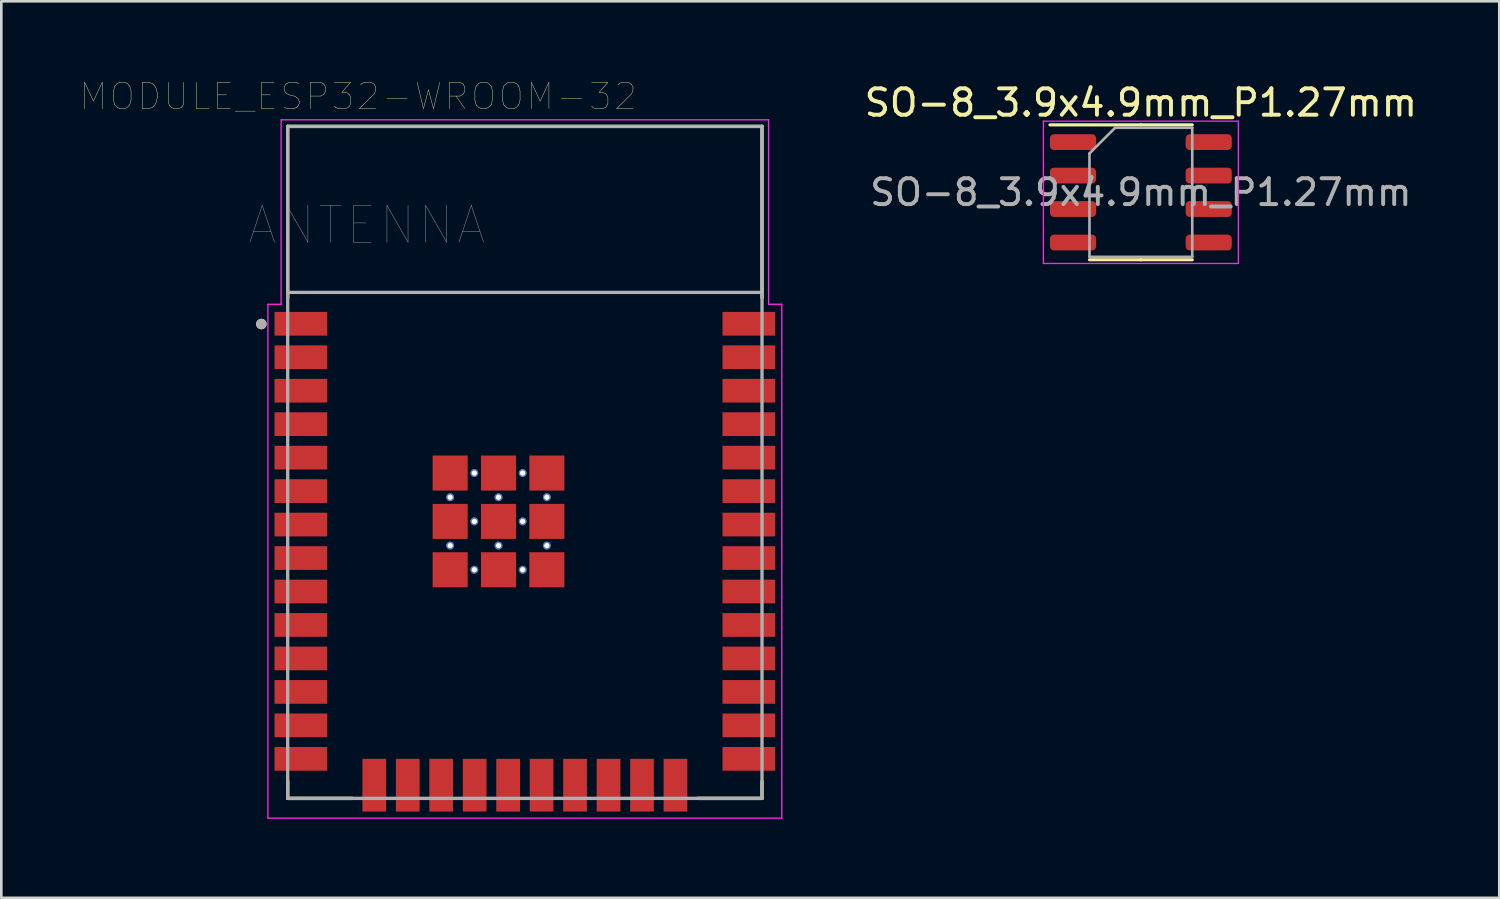
<source format=kicad_pcb>
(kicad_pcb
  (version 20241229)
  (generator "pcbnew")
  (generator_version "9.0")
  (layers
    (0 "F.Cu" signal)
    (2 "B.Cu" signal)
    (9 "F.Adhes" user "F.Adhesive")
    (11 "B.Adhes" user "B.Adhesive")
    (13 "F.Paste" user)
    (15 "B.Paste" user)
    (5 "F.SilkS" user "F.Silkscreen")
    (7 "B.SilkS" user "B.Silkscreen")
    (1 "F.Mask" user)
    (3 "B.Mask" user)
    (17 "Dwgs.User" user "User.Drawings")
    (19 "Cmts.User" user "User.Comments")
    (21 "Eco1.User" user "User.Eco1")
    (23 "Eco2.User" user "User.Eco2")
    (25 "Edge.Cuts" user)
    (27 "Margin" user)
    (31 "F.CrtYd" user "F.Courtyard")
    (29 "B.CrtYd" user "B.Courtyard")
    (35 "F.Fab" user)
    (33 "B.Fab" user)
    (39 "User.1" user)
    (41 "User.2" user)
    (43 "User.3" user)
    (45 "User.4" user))
  (footprint "SO-8_3.9x4.9mm_P1.27mm"
    (layer "F.Cu")
    (at 40.243 4.248)
    (property "Reference" "SO-8_3.9x4.9mm_P1.27mm" (at 0 -3.4 0) (layer "F.SilkS") (effects (font (size 1 1) (thickness 0.15))))
    (attr smd)
    (fp_line (start 0 -2.56) (end -3.45 -2.56) (stroke (width 0.12) (type solid)) (layer "F.SilkS"))
    (fp_line (start 0 -2.56) (end 1.95 -2.56) (stroke (width 0.12) (type solid)) (layer "F.SilkS"))
    (fp_line (start 0 2.56) (end -1.95 2.56) (stroke (width 0.12) (type solid)) (layer "F.SilkS"))
    (fp_line (start 0 2.56) (end 1.95 2.56) (stroke (width 0.12) (type solid)) (layer "F.SilkS"))
    (fp_line (start -3.7 -2.7) (end -3.7 2.7) (stroke (width 0.05) (type solid)) (layer "F.CrtYd"))
    (fp_line (start -3.7 2.7) (end 3.7 2.7) (stroke (width 0.05) (type solid)) (layer "F.CrtYd"))
    (fp_line (start 3.7 -2.7) (end -3.7 -2.7) (stroke (width 0.05) (type solid)) (layer "F.CrtYd"))
    (fp_line (start 3.7 2.7) (end 3.7 -2.7) (stroke (width 0.05) (type solid)) (layer "F.CrtYd"))
    (fp_line (start -1.95 -1.475) (end -0.975 -2.45) (stroke (width 0.1) (type solid)) (layer "F.Fab"))
    (fp_line (start -1.95 2.45) (end -1.95 -1.475) (stroke (width 0.1) (type solid)) (layer "F.Fab"))
    (fp_line (start -0.975 -2.45) (end 1.95 -2.45) (stroke (width 0.1) (type solid)) (layer "F.Fab"))
    (fp_line (start 1.95 -2.45) (end 1.95 2.45) (stroke (width 0.1) (type solid)) (layer "F.Fab"))
    (fp_line (start 1.95 2.45) (end -1.95 2.45) (stroke (width 0.1) (type solid)) (layer "F.Fab"))
    (fp_text user "${REFERENCE}" (at 0 0 0) (layer "F.Fab") (effects (font (size 0.98 0.98) (thickness 0.15))))
    (pad "1" smd roundrect (at -2.575 -1.905) (size 1.75 0.6) (layers "F.Cu" "F.Mask" "F.Paste") (roundrect_rratio 0.25))
    (pad "2" smd roundrect (at -2.575 -0.635) (size 1.75 0.6) (layers "F.Cu" "F.Mask" "F.Paste") (roundrect_rratio 0.25))
    (pad "3" smd roundrect (at -2.575 0.635) (size 1.75 0.6) (layers "F.Cu" "F.Mask" "F.Paste") (roundrect_rratio 0.25))
    (pad "4" smd roundrect (at -2.575 1.905) (size 1.75 0.6) (layers "F.Cu" "F.Mask" "F.Paste") (roundrect_rratio 0.25))
    (pad "5" smd roundrect (at 2.575 1.905) (size 1.75 0.6) (layers "F.Cu" "F.Mask" "F.Paste") (roundrect_rratio 0.25))
    (pad "6" smd roundrect (at 2.575 0.635) (size 1.75 0.6) (layers "F.Cu" "F.Mask" "F.Paste") (roundrect_rratio 0.25))
    (pad "7" smd roundrect (at 2.575 -0.635) (size 1.75 0.6) (layers "F.Cu" "F.Mask" "F.Paste") (roundrect_rratio 0.25))
    (pad "8" smd roundrect (at 2.575 -1.905) (size 1.75 0.6) (layers "F.Cu" "F.Mask" "F.Paste") (roundrect_rratio 0.25)))
  (footprint "MODULE_ESP32-WROOM-32"
    (layer "F.Cu")
    (at 16.867 14.496)
    (property "Reference" "MODULE_ESP32-WROOM-32" (at -6.325 -13.885 0) (layer "F.SilkS") (effects (font (size 1 1) (thickness 0.015))))
    (attr through_hole)
    (fp_line (start -9 -12.75) (end 9 -12.75) (stroke (width 0.127) (type solid)) (layer "F.SilkS"))
    (fp_line (start -9 -6.25) (end -9 -12.75) (stroke (width 0.127) (type solid)) (layer "F.SilkS"))
    (fp_line (start -9 12.1) (end -9 12.75) (stroke (width 0.127) (type solid)) (layer "F.SilkS"))
    (fp_line (start -9 12.75) (end -6.55 12.75) (stroke (width 0.127) (type solid)) (layer "F.SilkS"))
    (fp_line (start 6.55 12.75) (end 9 12.75) (stroke (width 0.127) (type solid)) (layer "F.SilkS"))
    (fp_line (start 9 -12.75) (end 9 -6.25) (stroke (width 0.127) (type solid)) (layer "F.SilkS"))
    (fp_line (start 9 12.75) (end 9 12.1) (stroke (width 0.127) (type solid)) (layer "F.SilkS"))
    (fp_circle (center -10 -5.25) (end -9.9 -5.25) (stroke (width 0.2) (type solid)) (fill no) (layer "F.SilkS"))
    (fp_poly (pts (xy -9 -12.75) (xy 9 -12.75) (xy 9 -6.45) (xy -9 -6.45)) (stroke (width 0.01) (type solid)) (fill no) (layer "Dwgs.User"))
    (fp_poly (pts (xy -9 -12.75) (xy 9 -12.75) (xy 9 -6.45) (xy -9 -6.45)) (stroke (width 0.01) (type solid)) (fill no) (layer "Dwgs.User"))
    (fp_line (start -9.75 -6) (end -9.25 -6) (stroke (width 0.05) (type solid)) (layer "F.CrtYd"))
    (fp_line (start -9.75 13.5) (end -9.75 -6) (stroke (width 0.05) (type solid)) (layer "F.CrtYd"))
    (fp_line (start -9.25 -13) (end 9.25 -13) (stroke (width 0.05) (type solid)) (layer "F.CrtYd"))
    (fp_line (start -9.25 -6) (end -9.25 -13) (stroke (width 0.05) (type solid)) (layer "F.CrtYd"))
    (fp_line (start 9.25 -13) (end 9.25 -6) (stroke (width 0.05) (type solid)) (layer "F.CrtYd"))
    (fp_line (start 9.25 -6) (end 9.75 -6) (stroke (width 0.05) (type solid)) (layer "F.CrtYd"))
    (fp_line (start 9.75 -6) (end 9.75 13.5) (stroke (width 0.05) (type solid)) (layer "F.CrtYd"))
    (fp_line (start 9.75 13.5) (end -9.75 13.5) (stroke (width 0.05) (type solid)) (layer "F.CrtYd"))
    (fp_line (start -9 -12.75) (end -9 -6.45) (stroke (width 0.127) (type solid)) (layer "F.Fab"))
    (fp_line (start -9 -12.75) (end 9 -12.75) (stroke (width 0.127) (type solid)) (layer "F.Fab"))
    (fp_line (start -9 -6.45) (end 9 -6.45) (stroke (width 0.127) (type solid)) (layer "F.Fab"))
    (fp_line (start -9 12.75) (end -9 -6.45) (stroke (width 0.127) (type solid)) (layer "F.Fab"))
    (fp_line (start 9 -12.75) (end 9 -6.45) (stroke (width 0.127) (type solid)) (layer "F.Fab"))
    (fp_line (start 9 -6.45) (end 9 12.75) (stroke (width 0.127) (type solid)) (layer "F.Fab"))
    (fp_line (start 9 12.75) (end -9 12.75) (stroke (width 0.127) (type solid)) (layer "F.Fab"))
    (fp_circle (center -10 -5.25) (end -9.9 -5.25) (stroke (width 0.2) (type solid)) (fill no) (layer "F.Fab"))
    (fp_text user "ANTENNA" (at -6 -9 0) (layer "F.Fab") (effects (font (size 1.4 1.4) (thickness 0.015))))
    (pad "1" smd rect (at -8.5 -5.26) (size 2 0.9) (layers "F.Cu" "F.Mask" "F.Paste"))
    (pad "2" smd rect (at -8.5 -3.99) (size 2 0.9) (layers "F.Cu" "F.Mask" "F.Paste"))
    (pad "3" smd rect (at -8.5 -2.72) (size 2 0.9) (layers "F.Cu" "F.Mask" "F.Paste"))
    (pad "4" smd rect (at -8.5 -1.45) (size 2 0.9) (layers "F.Cu" "F.Mask" "F.Paste"))
    (pad "5" smd rect (at -8.5 -0.18) (size 2 0.9) (layers "F.Cu" "F.Mask" "F.Paste"))
    (pad "6" smd rect (at -8.5 1.09) (size 2 0.9) (layers "F.Cu" "F.Mask" "F.Paste"))
    (pad "7" smd rect (at -8.5 2.36) (size 2 0.9) (layers "F.Cu" "F.Mask" "F.Paste"))
    (pad "8" smd rect (at -8.5 3.63) (size 2 0.9) (layers "F.Cu" "F.Mask" "F.Paste"))
    (pad "9" smd rect (at -8.5 4.9) (size 2 0.9) (layers "F.Cu" "F.Mask" "F.Paste"))
    (pad "10" smd rect (at -8.5 6.17) (size 2 0.9) (layers "F.Cu" "F.Mask" "F.Paste"))
    (pad "11" smd rect (at -8.5 7.44) (size 2 0.9) (layers "F.Cu" "F.Mask" "F.Paste"))
    (pad "12" smd rect (at -8.5 8.71) (size 2 0.9) (layers "F.Cu" "F.Mask" "F.Paste"))
    (pad "13" smd rect (at -8.5 9.98) (size 2 0.9) (layers "F.Cu" "F.Mask" "F.Paste"))
    (pad "14" smd rect (at -8.5 11.25) (size 2 0.9) (layers "F.Cu" "F.Mask" "F.Paste"))
    (pad "15" smd rect (at -5.715 12.25) (size 0.9 2) (layers "F.Cu" "F.Mask" "F.Paste"))
    (pad "16" smd rect (at -4.445 12.25) (size 0.9 2) (layers "F.Cu" "F.Mask" "F.Paste"))
    (pad "17" smd rect (at -3.175 12.25) (size 0.9 2) (layers "F.Cu" "F.Mask" "F.Paste"))
    (pad "18" smd rect (at -1.905 12.25) (size 0.9 2) (layers "F.Cu" "F.Mask" "F.Paste"))
    (pad "19" smd rect (at -0.635 12.25) (size 0.9 2) (layers "F.Cu" "F.Mask" "F.Paste"))
    (pad "20" smd rect (at 0.635 12.25) (size 0.9 2) (layers "F.Cu" "F.Mask" "F.Paste"))
    (pad "21" smd rect (at 1.905 12.25) (size 0.9 2) (layers "F.Cu" "F.Mask" "F.Paste"))
    (pad "22" smd rect (at 3.175 12.25) (size 0.9 2) (layers "F.Cu" "F.Mask" "F.Paste"))
    (pad "23" smd rect (at 4.445 12.25) (size 0.9 2) (layers "F.Cu" "F.Mask" "F.Paste"))
    (pad "24" smd rect (at 5.715 12.25) (size 0.9 2) (layers "F.Cu" "F.Mask" "F.Paste"))
    (pad "25" smd rect (at 8.5 11.25) (size 2 0.9) (layers "F.Cu" "F.Mask" "F.Paste"))
    (pad "26" smd rect (at 8.5 9.98) (size 2 0.9) (layers "F.Cu" "F.Mask" "F.Paste"))
    (pad "27" smd rect (at 8.5 8.71) (size 2 0.9) (layers "F.Cu" "F.Mask" "F.Paste"))
    (pad "28" smd rect (at 8.5 7.44) (size 2 0.9) (layers "F.Cu" "F.Mask" "F.Paste"))
    (pad "29" smd rect (at 8.5 6.17) (size 2 0.9) (layers "F.Cu" "F.Mask" "F.Paste"))
    (pad "30" smd rect (at 8.5 4.9) (size 2 0.9) (layers "F.Cu" "F.Mask" "F.Paste"))
    (pad "31" smd rect (at 8.5 3.63) (size 2 0.9) (layers "F.Cu" "F.Mask" "F.Paste"))
    (pad "32" smd rect (at 8.5 2.36) (size 2 0.9) (layers "F.Cu" "F.Mask" "F.Paste"))
    (pad "33" smd rect (at 8.5 1.09) (size 2 0.9) (layers "F.Cu" "F.Mask" "F.Paste"))
    (pad "34" smd rect (at 8.5 -0.18) (size 2 0.9) (layers "F.Cu" "F.Mask" "F.Paste"))
    (pad "35" smd rect (at 8.5 -1.45) (size 2 0.9) (layers "F.Cu" "F.Mask" "F.Paste"))
    (pad "36" smd rect (at 8.5 -2.72) (size 2 0.9) (layers "F.Cu" "F.Mask" "F.Paste"))
    (pad "37" smd rect (at 8.5 -3.99) (size 2 0.9) (layers "F.Cu" "F.Mask" "F.Paste"))
    (pad "38" smd rect (at 8.5 -5.26) (size 2 0.9) (layers "F.Cu" "F.Mask" "F.Paste"))
    (pad "39_1" smd rect (at -2.835 0.405) (size 1.33 1.33) (layers "F.Cu" "F.Mask" "F.Paste"))
    (pad "39_2" smd rect (at -1 0.405) (size 1.33 1.33) (layers "F.Cu" "F.Mask" "F.Paste"))
    (pad "39_3" smd rect (at 0.835 0.405) (size 1.33 1.33) (layers "F.Cu" "F.Mask" "F.Paste"))
    (pad "39_4" smd rect (at -2.835 2.24) (size 1.33 1.33) (layers "F.Cu" "F.Mask" "F.Paste"))
    (pad "39_5" smd rect (at -1 2.24) (size 1.33 1.33) (layers "F.Cu" "F.Mask" "F.Paste"))
    (pad "39_6" smd rect (at 0.835 2.24) (size 1.33 1.33) (layers "F.Cu" "F.Mask" "F.Paste"))
    (pad "39_7" smd rect (at -2.835 4.075) (size 1.33 1.33) (layers "F.Cu" "F.Mask" "F.Paste"))
    (pad "39_8" smd rect (at -1 4.075) (size 1.33 1.33) (layers "F.Cu" "F.Mask" "F.Paste"))
    (pad "39_9" smd rect (at 0.835 4.075) (size 1.33 1.33) (layers "F.Cu" "F.Mask" "F.Paste"))
    (pad "39_10" thru_hole circle (at -1.917 0.405) (size 0.3 0.3) (drill 0.2) (layers "*.Cu" "*.Mask"))
    (pad "39_11" thru_hole circle (at -0.083 0.405) (size 0.3 0.3) (drill 0.2) (layers "*.Cu" "*.Mask"))
    (pad "39_12" thru_hole circle (at -2.835 1.323) (size 0.3 0.3) (drill 0.2) (layers "*.Cu" "*.Mask"))
    (pad "39_13" thru_hole circle (at -1 1.323) (size 0.3 0.3) (drill 0.2) (layers "*.Cu" "*.Mask"))
    (pad "39_14" thru_hole circle (at 0.835 1.323) (size 0.3 0.3) (drill 0.2) (layers "*.Cu" "*.Mask"))
    (pad "39_15" thru_hole circle (at -1.917 2.24) (size 0.3 0.3) (drill 0.2) (layers "*.Cu" "*.Mask"))
    (pad "39_16" thru_hole circle (at -0.083 2.24) (size 0.3 0.3) (drill 0.2) (layers "*.Cu" "*.Mask"))
    (pad "39_17" thru_hole circle (at -2.835 3.158) (size 0.3 0.3) (drill 0.2) (layers "*.Cu" "*.Mask"))
    (pad "39_18" thru_hole circle (at -1 3.158) (size 0.3 0.3) (drill 0.2) (layers "*.Cu" "*.Mask"))
    (pad "39_19" thru_hole circle (at 0.835 3.158) (size 0.3 0.3) (drill 0.2) (layers "*.Cu" "*.Mask"))
    (pad "39_20" thru_hole circle (at -1.917 4.075) (size 0.3 0.3) (drill 0.2) (layers "*.Cu" "*.Mask"))
    (pad "39_21" thru_hole circle (at -0.083 4.075) (size 0.3 0.3) (drill 0.2) (layers "*.Cu" "*.Mask")))
  (gr_rect
    (start -3 -3)
    (end 53.844 31.021)
    (stroke (width 0.1) (type default))
    (fill no)
    (layer "Edge.Cuts")))
</source>
